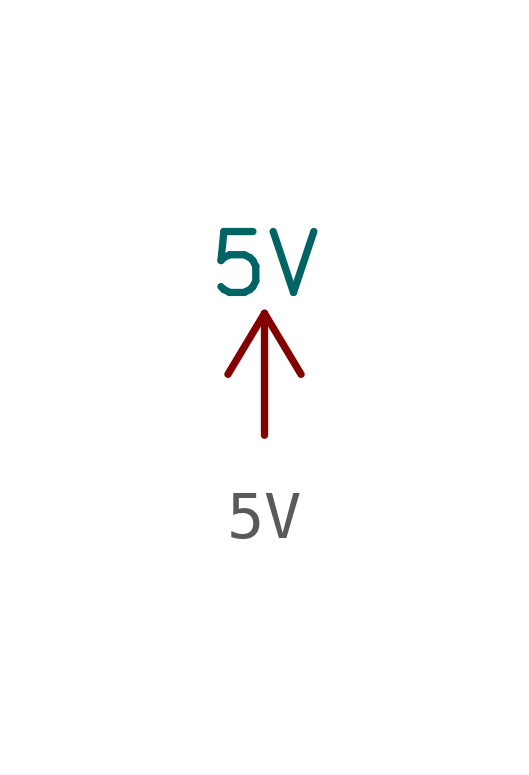
<source format=kicad_sym>
(kicad_symbol_lib
  (version 20211014)
  (generator kicad_symbol_editor)
  (symbol "5V"
    (power)
    (pin_names
      (offset 0))
    (property "Reference" "#PWR"
      (at 0 -3.81 0)
      (effects (font (size 1.27 1.27)) hide))
    (property "Value" "5V"
      (at 0 3.556 0)
      (effects (font (size 1.27 1.27))))
    (symbol "5V_0_1"
      (polyline (pts (xy -0.762 1.27) (xy 0 2.54)) (stroke (width 0) (type default) (color 0 0 0 0)) (fill (type none)))
      (polyline (pts (xy 0 0) (xy 0 2.54)) (stroke (width 0) (type default) (color 0 0 0 0)) (fill (type none)))
      (polyline (pts (xy 0 2.54) (xy 0.762 1.27)) (stroke (width 0) (type default) (color 0 0 0 0)) (fill (type none))))
    (symbol "5V_1_1"
      (pin power_in line (at 0 0 90) (length 0) hide (name "5V" (effects (font (size 1.27 1.27)))) (number "1" (effects (font (size 1.27 1.27))))))))
</source>
